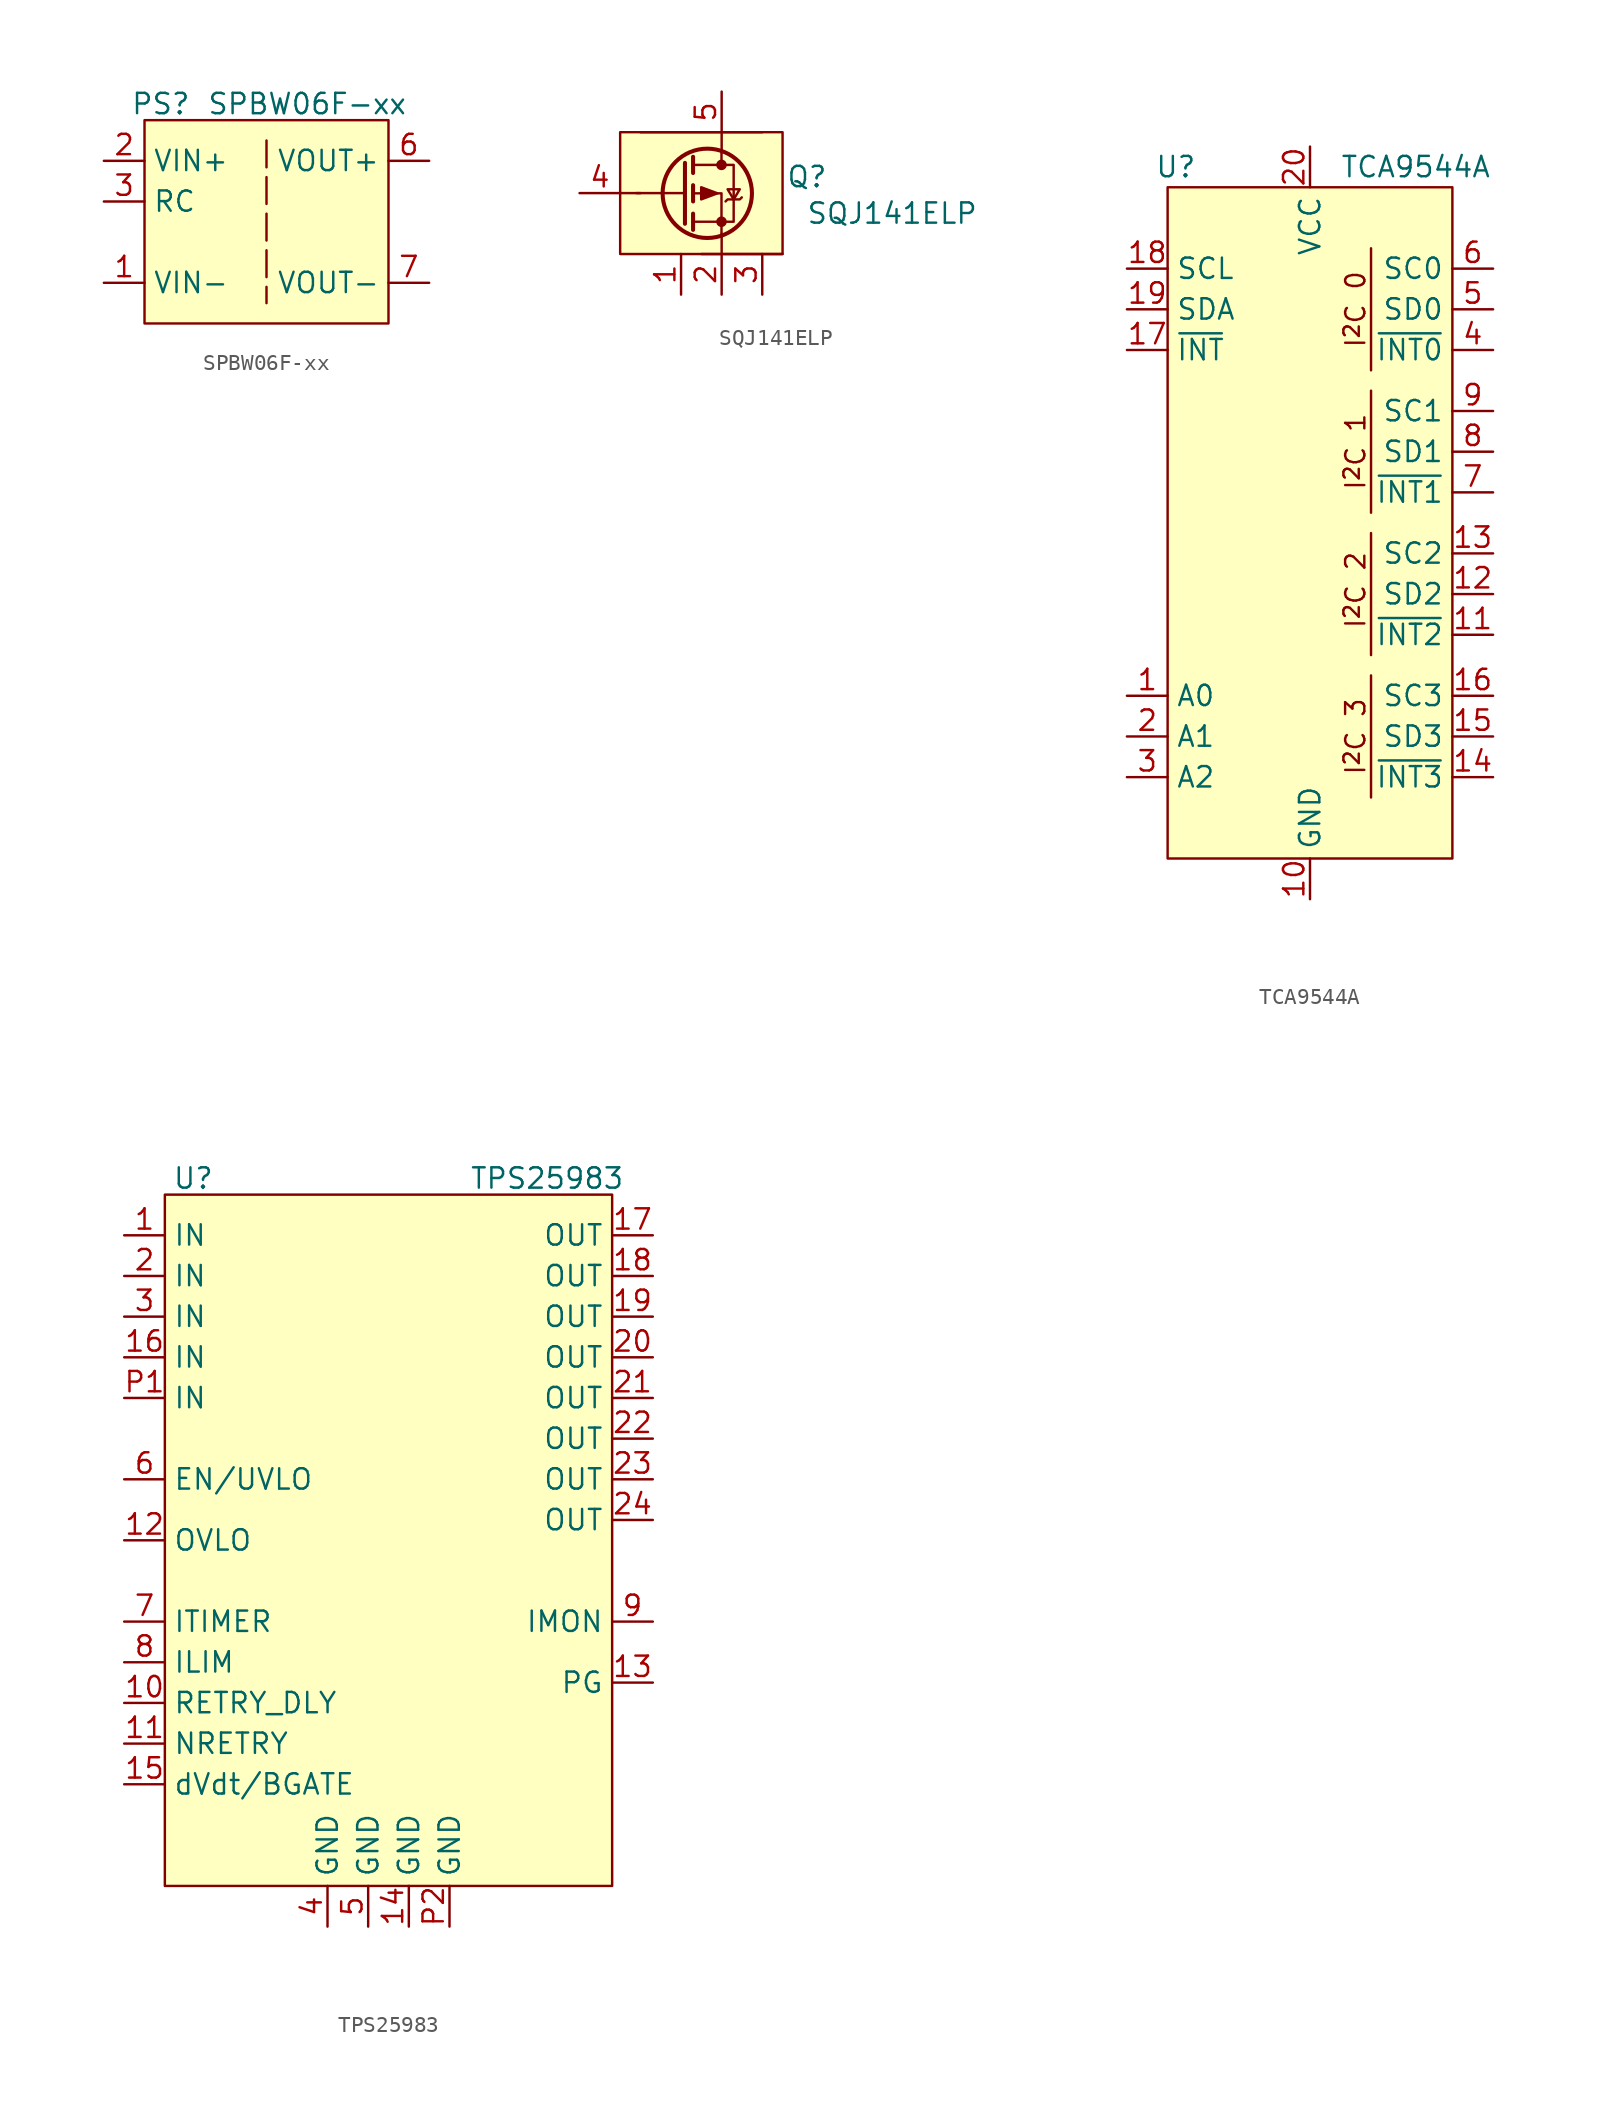
<source format=kicad_sym>
(kicad_symbol_lib
  (version 20231120)
  (generator "kicad_symbol_editor")
  (generator_version "8.0")
  (symbol "SPBW06F-xx"
    (property "Reference" "PS"
      (at -6.604 6.096 0)
      (effects (font (size 1.27 1.27))))
    (property "Value" "SPBW06F-xx"
      (at 2.54 6.096 0)
      (effects (font (size 1.27 1.27))))
    (symbol "SPBW06F-xx_1_1"
      (rectangle (start -7.62 5.08) (end 7.62 -7.62) (stroke (width 0) (type default)) (fill (type background)))
      (polyline (pts (xy 0 3.81) (xy 0 -6.35)) (stroke (width 0) (type dash)) (fill (type none)))
      (pin input line (at -10.16 -5.08 0) (length 2.54) (name "VIN-" (effects (font (size 1.27 1.27)))) (number "1" (effects (font (size 1.27 1.27)))))
      (pin input line (at -10.16 2.54 0) (length 2.54) (name "VIN+" (effects (font (size 1.27 1.27)))) (number "2" (effects (font (size 1.27 1.27)))))
      (pin input line (at -10.16 0 0) (length 2.54) (name "RC" (effects (font (size 1.27 1.27)))) (number "3" (effects (font (size 1.27 1.27)))))
      (pin no_connect line (at 10.16 0 180) (length 2.54) hide (name "NC" (effects (font (size 1.27 1.27)))) (number "5" (effects (font (size 1.27 1.27)))))
      (pin input line (at 10.16 2.54 180) (length 2.54) (name "VOUT+" (effects (font (size 1.27 1.27)))) (number "6" (effects (font (size 1.27 1.27)))))
      (pin input line (at 10.16 -5.08 180) (length 2.54) (name "VOUT-" (effects (font (size 1.27 1.27)))) (number "7" (effects (font (size 1.27 1.27)))))
      (pin no_connect line (at 10.16 -2.54 180) (length 2.54) hide (name "NC" (effects (font (size 1.27 1.27)))) (number "8" (effects (font (size 1.27 1.27)))))))
  (symbol "SQJ141ELP"
    (property "Reference" "Q"
      (at 7.874 1.016 0)
      (effects (font (size 1.27 1.27))))
    (property "Value" "SQJ141ELP"
      (at 13.208 -1.27 0)
      (effects (font (size 1.27 1.27))))
    (symbol "SQJ141ELP_0_1"
      (polyline (pts (xy -2.54 0) (xy -3.81 0)) (stroke (width 0) (type default)) (fill (type none)))
      (polyline (pts (xy 0.191 0) (xy -2.794 0)) (stroke (width 0) (type default)) (fill (type none)))
      (polyline (pts (xy 0.244 1.892) (xy 0.244 -1.918)) (stroke (width 0.254) (type default)) (fill (type none)))
      (polyline (pts (xy 0.752 -1.283) (xy 0.752 -2.299)) (stroke (width 0.254) (type default)) (fill (type none)))
      (polyline (pts (xy 0.752 0.495) (xy 0.752 -0.521)) (stroke (width 0.254) (type default)) (fill (type none)))
      (polyline (pts (xy 0.752 2.273) (xy 0.752 1.257)) (stroke (width 0.254) (type default)) (fill (type none)))
      (polyline (pts (xy 2.53 2.527) (xy 2.53 1.765)) (stroke (width 0) (type default)) (fill (type none)))
      (polyline (pts (xy 2.54 -3.81) (xy 2.54 -2.54)) (stroke (width 0) (type default)) (fill (type none)))
      (polyline (pts (xy 2.54 2.54) (xy 2.54 3.81)) (stroke (width 0) (type default)) (fill (type none)))
      (polyline (pts (xy -2.54 3.81) (xy 2.54 3.81) (xy 5.08 3.81)) (stroke (width 0) (type default)) (fill (type none)))
      (polyline (pts (xy 1.27 -3.81) (xy 3.81 -3.81) (xy 6.35 -3.81)) (stroke (width 0) (type default)) (fill (type none)))
      (polyline (pts (xy 2.53 -2.553) (xy 2.53 -0.013) (xy 0.752 -0.013)) (stroke (width 0) (type default)) (fill (type none)))
      (polyline (pts (xy 0.752 1.765) (xy 3.292 1.765) (xy 3.292 -1.791) (xy 0.752 -1.791)) (stroke (width 0) (type default)) (fill (type none)))
      (polyline (pts (xy 2.276 -0.013) (xy 1.26 0.368) (xy 1.26 -0.394) (xy 2.276 -0.013)) (stroke (width 0) (type default)) (fill (type outline)))
      (polyline (pts (xy 2.784 -0.521) (xy 2.912 -0.394) (xy 3.674 -0.394) (xy 3.8 -0.267)) (stroke (width 0) (type default)) (fill (type none)))
      (polyline (pts (xy 3.292 -0.394) (xy 2.912 0.241) (xy 3.674 0.241) (xy 3.292 -0.394)) (stroke (width 0) (type default)) (fill (type none)))
      (circle (center 1.641 -0.013) (radius 2.794) (stroke (width 0.254) (type default)) (fill (type none)))
      (circle (center 2.53 -1.791) (radius 0.254) (stroke (width 0) (type default)) (fill (type outline)))
      (circle (center 2.53 1.765) (radius 0.254) (stroke (width 0) (type default)) (fill (type outline))))
    (symbol "SQJ141ELP_1_1"
      (rectangle (start -3.81 3.81) (end 6.35 -3.81) (stroke (width 0) (type default)) (fill (type background)))
      (pin passive line (at 0 -6.35 90) (length 2.54) (name "" (effects (font (size 1.27 1.27)))) (number "1" (effects (font (size 1.27 1.27)))))
      (pin passive line (at 2.54 -6.35 90) (length 2.54) (name "" (effects (font (size 1.27 1.27)))) (number "2" (effects (font (size 1.27 1.27)))))
      (pin passive line (at 5.08 -6.35 90) (length 2.54) (name "" (effects (font (size 1.27 1.27)))) (number "3" (effects (font (size 1.27 1.27)))))
      (pin input line (at -6.35 0 0) (length 2.54) (name "" (effects (font (size 1.27 1.27)))) (number "4" (effects (font (size 1.27 1.27)))))
      (pin passive line (at 2.54 6.35 270) (length 2.54) (name "" (effects (font (size 1.27 1.27)))) (number "5" (effects (font (size 1.27 1.27)))))))
  (symbol "TCA9544A"
    (property "Reference" "U"
      (at -8.382 22.86 0)
      (effects (font (size 1.27 1.27))))
    (property "Value" "TCA9544A"
      (at 6.604 22.86 0)
      (effects (font (size 1.27 1.27))))
    (symbol "TCA9544A_1_1"
      (rectangle (start -8.89 21.59) (end 8.89 -20.32) (stroke (width 0) (type default)) (fill (type background)))
      (polyline (pts (xy 3.81 -8.89) (xy 3.81 -16.51)) (stroke (width 0) (type default)) (fill (type none)))
      (polyline (pts (xy 3.81 0) (xy 3.81 -7.62)) (stroke (width 0) (type default)) (fill (type none)))
      (polyline (pts (xy 3.81 8.89) (xy 3.81 1.27)) (stroke (width 0) (type default)) (fill (type none)))
      (polyline (pts (xy 3.81 17.78) (xy 3.81 10.16)) (stroke (width 0) (type default)) (fill (type none)))
      (text "I^{2}C 0\n\n" (at 3.81 13.97 900) (effects (font (size 1.2 1.2) (thickness 0.15))))
      (text "I^{2}C 1\n\n" (at 3.81 5.08 900) (effects (font (size 1.2 1.2) (thickness 0.15))))
      (text "I^{2}C 2\n\n" (at 3.81 -3.556 900) (effects (font (size 1.2 1.2) (thickness 0.15))))
      (text "I^{2}C 3\n\n" (at 3.81 -12.7 900) (effects (font (size 1.2 1.2) (thickness 0.15))))
      (pin input line (at -11.43 -10.16 0) (length 2.54) (name "A0" (effects (font (size 1.27 1.27)))) (number "1" (effects (font (size 1.27 1.27)))))
      (pin input line (at 0 -22.86 90) (length 2.54) (name "GND" (effects (font (size 1.27 1.27)))) (number "10" (effects (font (size 1.27 1.27)))))
      (pin input line (at 11.43 -6.35 180) (length 2.54) (name "~{INT2}" (effects (font (size 1.27 1.27)))) (number "11" (effects (font (size 1.27 1.27)))))
      (pin input line (at 11.43 -3.81 180) (length 2.54) (name "SD2" (effects (font (size 1.27 1.27)))) (number "12" (effects (font (size 1.27 1.27)))))
      (pin input line (at 11.43 -1.27 180) (length 2.54) (name "SC2" (effects (font (size 1.27 1.27)))) (number "13" (effects (font (size 1.27 1.27)))))
      (pin input line (at 11.43 -15.24 180) (length 2.54) (name "~{INT3}" (effects (font (size 1.27 1.27)))) (number "14" (effects (font (size 1.27 1.27)))))
      (pin input line (at 11.43 -12.7 180) (length 2.54) (name "SD3" (effects (font (size 1.27 1.27)))) (number "15" (effects (font (size 1.27 1.27)))))
      (pin input line (at 11.43 -10.16 180) (length 2.54) (name "SC3" (effects (font (size 1.27 1.27)))) (number "16" (effects (font (size 1.27 1.27)))))
      (pin input line (at -11.43 11.43 0) (length 2.54) (name "~{INT}" (effects (font (size 1.27 1.27)))) (number "17" (effects (font (size 1.27 1.27)))))
      (pin input line (at -11.43 16.51 0) (length 2.54) (name "SCL" (effects (font (size 1.27 1.27)))) (number "18" (effects (font (size 1.27 1.27)))))
      (pin input line (at -11.43 13.97 0) (length 2.54) (name "SDA" (effects (font (size 1.27 1.27)))) (number "19" (effects (font (size 1.27 1.27)))))
      (pin input line (at -11.43 -12.7 0) (length 2.54) (name "A1" (effects (font (size 1.27 1.27)))) (number "2" (effects (font (size 1.27 1.27)))))
      (pin input line (at 0 24.13 270) (length 2.54) (name "VCC" (effects (font (size 1.27 1.27)))) (number "20" (effects (font (size 1.27 1.27)))))
      (pin input line (at -11.43 -15.24 0) (length 2.54) (name "A2" (effects (font (size 1.27 1.27)))) (number "3" (effects (font (size 1.27 1.27)))))
      (pin input line (at 11.43 11.43 180) (length 2.54) (name "~{INT0}" (effects (font (size 1.27 1.27)))) (number "4" (effects (font (size 1.27 1.27)))))
      (pin input line (at 11.43 13.97 180) (length 2.54) (name "SD0" (effects (font (size 1.27 1.27)))) (number "5" (effects (font (size 1.27 1.27)))))
      (pin input line (at 11.43 16.51 180) (length 2.54) (name "SC0" (effects (font (size 1.27 1.27)))) (number "6" (effects (font (size 1.27 1.27)))))
      (pin input line (at 11.43 2.54 180) (length 2.54) (name "~{INT1}" (effects (font (size 1.27 1.27)))) (number "7" (effects (font (size 1.27 1.27)))))
      (pin input line (at 11.43 5.08 180) (length 2.54) (name "SD1" (effects (font (size 1.27 1.27)))) (number "8" (effects (font (size 1.27 1.27)))))
      (pin input line (at 11.43 7.62 180) (length 2.54) (name "SC1" (effects (font (size 1.27 1.27)))) (number "9" (effects (font (size 1.27 1.27)))))))
  (symbol "TPS25983"
    (property "Reference" "U"
      (at -12.192 22.606 0)
      (effects (font (size 1.27 1.27))))
    (property "Value" "TPS25983"
      (at 9.906 22.606 0)
      (effects (font (size 1.27 1.27))))
    (symbol "TPS25983_1_1"
      (rectangle (start -13.97 21.59) (end 13.97 -21.59) (stroke (width 0) (type default)) (fill (type background)))
      (pin input line (at -16.51 19.05 0) (length 2.54) (name "IN" (effects (font (size 1.27 1.27)))) (number "1" (effects (font (size 1.27 1.27)))))
      (pin input line (at -16.51 -10.16 0) (length 2.54) (name "RETRY_DLY" (effects (font (size 1.27 1.27)))) (number "10" (effects (font (size 1.27 1.27)))))
      (pin input line (at -16.51 -12.7 0) (length 2.54) (name "NRETRY" (effects (font (size 1.27 1.27)))) (number "11" (effects (font (size 1.27 1.27)))))
      (pin input line (at -16.51 0 0) (length 2.54) (name "OVLO" (effects (font (size 1.27 1.27)))) (number "12" (effects (font (size 1.27 1.27)))))
      (pin input line (at 16.51 -8.89 180) (length 2.54) (name "PG" (effects (font (size 1.27 1.27)))) (number "13" (effects (font (size 1.27 1.27)))))
      (pin input line (at 1.27 -24.13 90) (length 2.54) (name "GND" (effects (font (size 1.27 1.27)))) (number "14" (effects (font (size 1.27 1.27)))))
      (pin input line (at -16.51 -15.24 0) (length 2.54) (name "dVdt/BGATE" (effects (font (size 1.27 1.27)))) (number "15" (effects (font (size 1.27 1.27)))))
      (pin input line (at -16.51 11.43 0) (length 2.54) (name "IN" (effects (font (size 1.27 1.27)))) (number "16" (effects (font (size 1.27 1.27)))))
      (pin input line (at 16.51 19.05 180) (length 2.54) (name "OUT" (effects (font (size 1.27 1.27)))) (number "17" (effects (font (size 1.27 1.27)))))
      (pin input line (at 16.51 16.51 180) (length 2.54) (name "OUT" (effects (font (size 1.27 1.27)))) (number "18" (effects (font (size 1.27 1.27)))))
      (pin input line (at 16.51 13.97 180) (length 2.54) (name "OUT" (effects (font (size 1.27 1.27)))) (number "19" (effects (font (size 1.27 1.27)))))
      (pin input line (at -16.51 16.51 0) (length 2.54) (name "IN" (effects (font (size 1.27 1.27)))) (number "2" (effects (font (size 1.27 1.27)))))
      (pin input line (at 16.51 11.43 180) (length 2.54) (name "OUT" (effects (font (size 1.27 1.27)))) (number "20" (effects (font (size 1.27 1.27)))))
      (pin input line (at 16.51 8.89 180) (length 2.54) (name "OUT" (effects (font (size 1.27 1.27)))) (number "21" (effects (font (size 1.27 1.27)))))
      (pin input line (at 16.51 6.35 180) (length 2.54) (name "OUT" (effects (font (size 1.27 1.27)))) (number "22" (effects (font (size 1.27 1.27)))))
      (pin input line (at 16.51 3.81 180) (length 2.54) (name "OUT" (effects (font (size 1.27 1.27)))) (number "23" (effects (font (size 1.27 1.27)))))
      (pin input line (at 16.51 1.27 180) (length 2.54) (name "OUT" (effects (font (size 1.27 1.27)))) (number "24" (effects (font (size 1.27 1.27)))))
      (pin input line (at -16.51 13.97 0) (length 2.54) (name "IN" (effects (font (size 1.27 1.27)))) (number "3" (effects (font (size 1.27 1.27)))))
      (pin input line (at -3.81 -24.13 90) (length 2.54) (name "GND" (effects (font (size 1.27 1.27)))) (number "4" (effects (font (size 1.27 1.27)))))
      (pin input line (at -1.27 -24.13 90) (length 2.54) (name "GND" (effects (font (size 1.27 1.27)))) (number "5" (effects (font (size 1.27 1.27)))))
      (pin input line (at -16.51 3.81 0) (length 2.54) (name "EN/UVLO" (effects (font (size 1.27 1.27)))) (number "6" (effects (font (size 1.27 1.27)))))
      (pin input line (at -16.51 -5.08 0) (length 2.54) (name "ITIMER" (effects (font (size 1.27 1.27)))) (number "7" (effects (font (size 1.27 1.27)))))
      (pin input line (at -16.51 -7.62 0) (length 2.54) (name "ILIM" (effects (font (size 1.27 1.27)))) (number "8" (effects (font (size 1.27 1.27)))))
      (pin input line (at 16.51 -5.08 180) (length 2.54) (name "IMON" (effects (font (size 1.27 1.27)))) (number "9" (effects (font (size 1.27 1.27)))))
      (pin input line (at -16.51 8.89 0) (length 2.54) (name "IN" (effects (font (size 1.27 1.27)))) (number "P1" (effects (font (size 1.27 1.27)))))
      (pin input line (at 3.81 -24.13 90) (length 2.54) (name "GND" (effects (font (size 1.27 1.27)))) (number "P2" (effects (font (size 1.27 1.27))))))))
</source>
